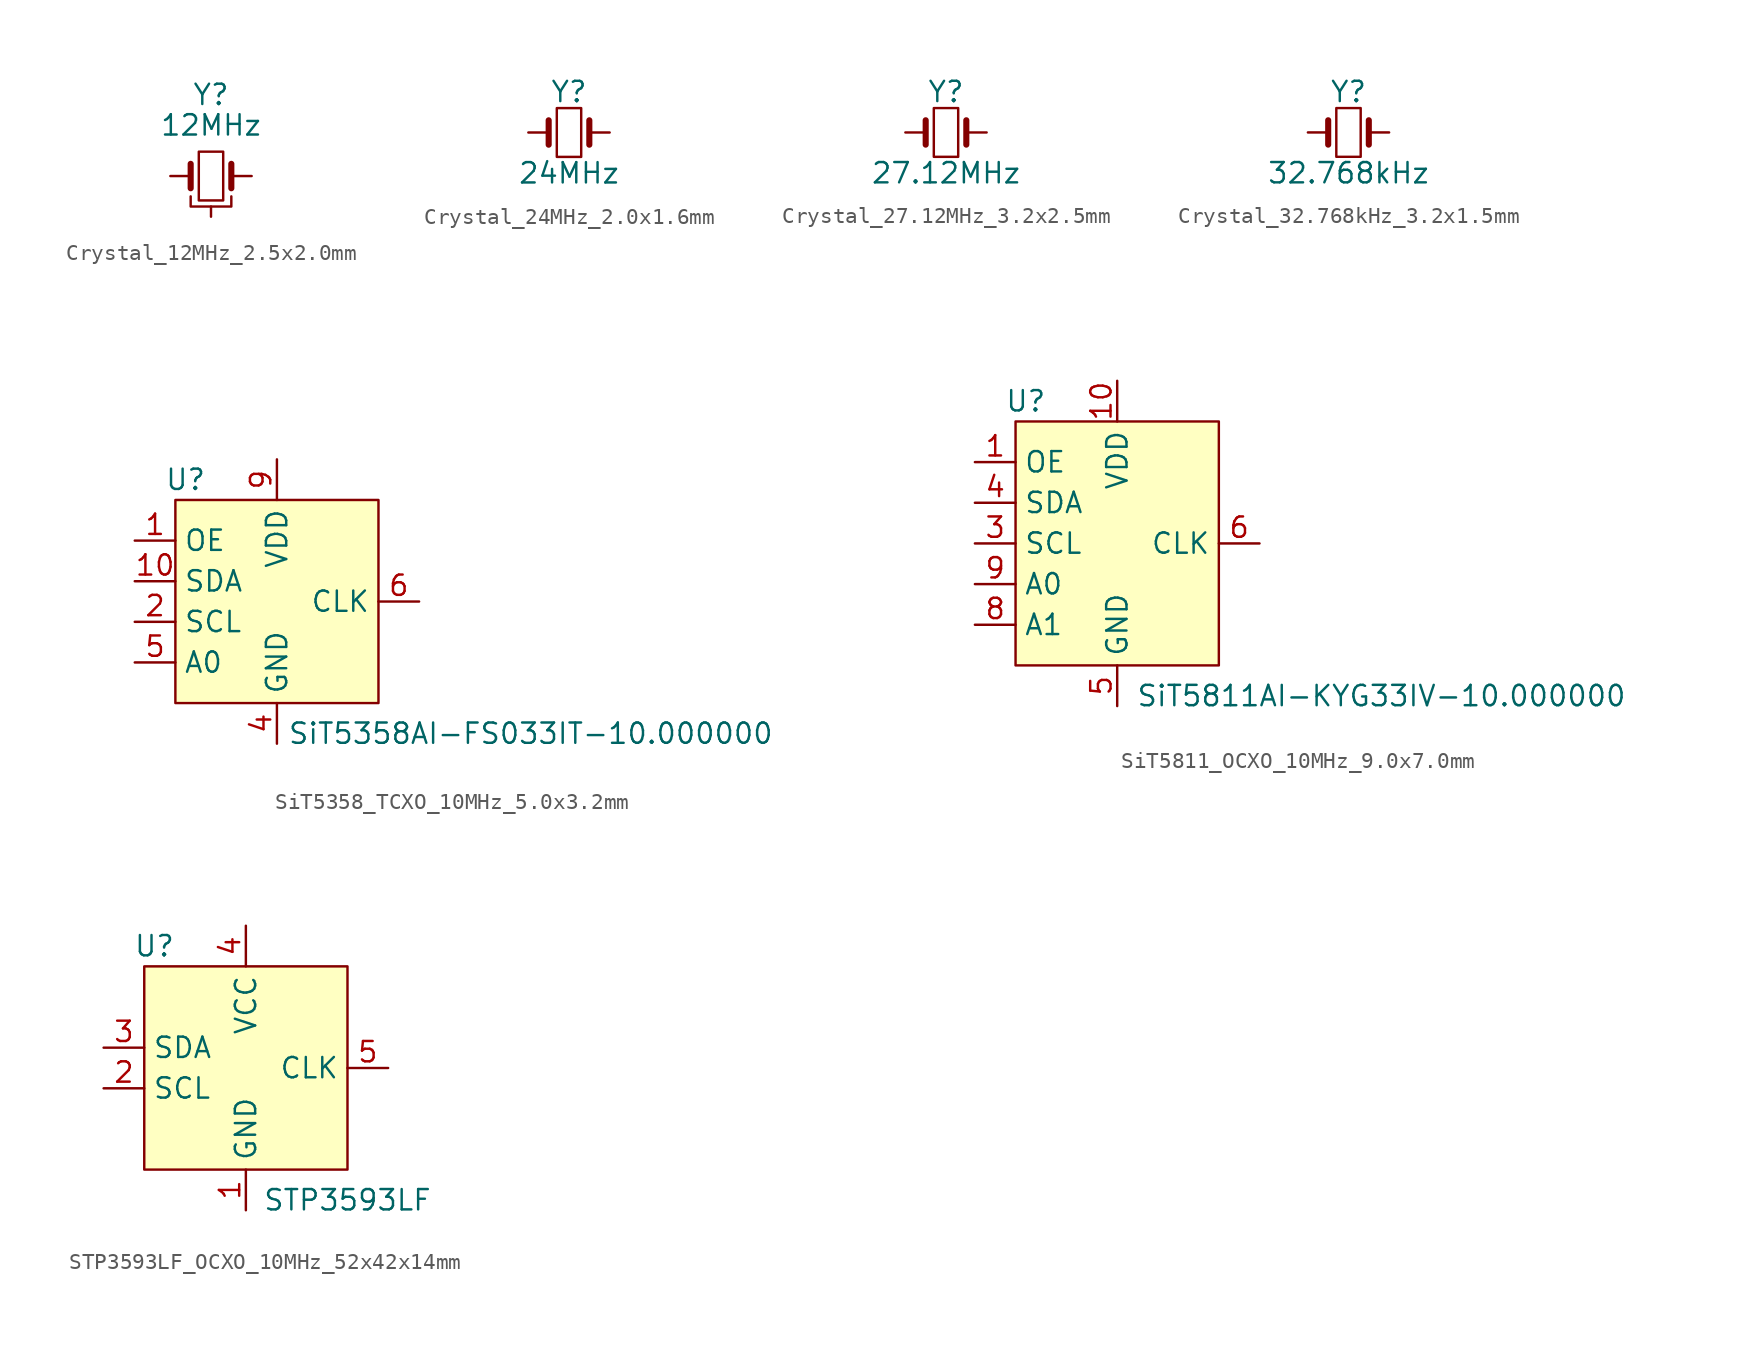
<source format=kicad_sym>
(kicad_symbol_lib
  (version 20231120)
  (generator "kicad_symbol_editor")
  (generator_version "8.0")
  (symbol "Crystal_12MHz_2.5x2.0mm"
    (pin_numbers hide)
    (pin_names
      (offset 1.016) hide)
    (property "Reference" "Y"
      (at 0 5.08 0)
      (effects (font (size 1.27 1.27))))
    (property "Value" "12MHz"
      (at 0 3.175 0)
      (effects (font (size 1.27 1.27))))
    (symbol "Crystal_12MHz_2.5x2.0mm_0_1"
      (rectangle (start -0.762 1.524) (end 0.762 -1.524) (stroke (width 0) (type default)) (fill (type none)))
      (polyline (pts (xy -1.27 -0.762) (xy -1.27 0.762)) (stroke (width 0.381) (type default)) (fill (type none)))
      (polyline (pts (xy 1.27 -0.762) (xy 1.27 0.762)) (stroke (width 0.381) (type default)) (fill (type none)))
      (polyline (pts (xy -1.27 -1.27) (xy -1.27 -1.905) (xy 1.27 -1.905) (xy 1.27 -1.27)) (stroke (width 0) (type default)) (fill (type none))))
    (symbol "Crystal_12MHz_2.5x2.0mm_1_1"
      (pin passive line (at -2.54 0 0) (length 1.27) (name "1" (effects (font (size 1.27 1.27)))) (number "1" (effects (font (size 0.762 0.762)))))
      (pin passive line (at 0 -2.54 90) (length 0.635) (name "2" (effects (font (size 1.27 1.27)))) (number "2" (effects (font (size 0.762 0.762)))))
      (pin passive line (at 2.54 0 180) (length 1.27) (name "3" (effects (font (size 1.27 1.27)))) (number "3" (effects (font (size 0.762 0.762)))))
      (pin passive line (at 0 -2.54 90) (length 0.635) hide (name "4" (effects (font (size 1.27 1.27)))) (number "4" (effects (font (size 0.762 0.762)))))))
  (symbol "Crystal_24MHz_2.0x1.6mm"
    (pin_numbers hide)
    (pin_names
      (offset 1.016) hide)
    (property "Reference" "Y"
      (at 0 2.54 0)
      (effects (font (size 1.27 1.27))))
    (property "Value" "24MHz"
      (at 0 -2.54 0)
      (effects (font (size 1.27 1.27))))
    (symbol "Crystal_24MHz_2.0x1.6mm_0_1"
      (rectangle (start -0.762 -1.524) (end 0.762 1.524) (stroke (width 0) (type default)) (fill (type none)))
      (polyline (pts (xy -1.27 -0.762) (xy -1.27 0.762)) (stroke (width 0.381) (type default)) (fill (type none)))
      (polyline (pts (xy 1.27 -0.762) (xy 1.27 0.762)) (stroke (width 0.381) (type default)) (fill (type none))))
    (symbol "Crystal_24MHz_2.0x1.6mm_1_1"
      (pin passive line (at -2.54 0 0) (length 1.27) (name "1" (effects (font (size 1.27 1.27)))) (number "1" (effects (font (size 1.27 1.27)))))
      (pin passive line (at 2.54 0 180) (length 1.27) (name "2" (effects (font (size 1.27 1.27)))) (number "2" (effects (font (size 1.27 1.27)))))))
  (symbol "Crystal_27.12MHz_3.2x2.5mm"
    (pin_numbers hide)
    (pin_names
      (offset 1.016) hide)
    (property "Reference" "Y"
      (at 0 2.54 0)
      (effects (font (size 1.27 1.27))))
    (property "Value" "27.12MHz"
      (at 0 -2.54 0)
      (effects (font (size 1.27 1.27))))
    (symbol "Crystal_27.12MHz_3.2x2.5mm_0_1"
      (rectangle (start -0.762 -1.524) (end 0.762 1.524) (stroke (width 0) (type default)) (fill (type none)))
      (polyline (pts (xy -1.27 -0.762) (xy -1.27 0.762)) (stroke (width 0.381) (type default)) (fill (type none)))
      (polyline (pts (xy 1.27 -0.762) (xy 1.27 0.762)) (stroke (width 0.381) (type default)) (fill (type none))))
    (symbol "Crystal_27.12MHz_3.2x2.5mm_1_1"
      (pin passive line (at -2.54 0 0) (length 1.27) (name "1" (effects (font (size 1.27 1.27)))) (number "1" (effects (font (size 1.27 1.27)))))
      (pin passive line (at 2.54 0 180) (length 1.27) (name "2" (effects (font (size 1.27 1.27)))) (number "2" (effects (font (size 1.27 1.27)))))))
  (symbol "Crystal_32.768kHz_3.2x1.5mm"
    (pin_numbers hide)
    (pin_names
      (offset 1.016) hide)
    (property "Reference" "Y"
      (at 0 2.54 0)
      (effects (font (size 1.27 1.27))))
    (property "Value" "32.768kHz"
      (at 0 -2.54 0)
      (effects (font (size 1.27 1.27))))
    (symbol "Crystal_32.768kHz_3.2x1.5mm_0_1"
      (rectangle (start -0.762 -1.524) (end 0.762 1.524) (stroke (width 0) (type default)) (fill (type none)))
      (polyline (pts (xy -1.27 -0.762) (xy -1.27 0.762)) (stroke (width 0.381) (type default)) (fill (type none)))
      (polyline (pts (xy 1.27 -0.762) (xy 1.27 0.762)) (stroke (width 0.381) (type default)) (fill (type none))))
    (symbol "Crystal_32.768kHz_3.2x1.5mm_1_1"
      (pin passive line (at -2.54 0 0) (length 1.27) (name "1" (effects (font (size 1.27 1.27)))) (number "1" (effects (font (size 1.27 1.27)))))
      (pin passive line (at 2.54 0 180) (length 1.27) (name "2" (effects (font (size 1.27 1.27)))) (number "2" (effects (font (size 1.27 1.27)))))))
  (symbol "SiT5358_TCXO_10MHz_5.0x3.2mm"
    (property "Reference" "U"
      (at -5.715 7.62 0)
      (effects (font (size 1.27 1.27))))
    (property "Value" "SiT5358AI-FS033IT-10.000000"
      (at 15.875 -8.255 0)
      (effects (font (size 1.27 1.27))))
    (symbol "SiT5358_TCXO_10MHz_5.0x3.2mm_1_1"
      (rectangle (start -6.35 6.35) (end 6.35 -6.35) (stroke (width 0) (type default)) (fill (type background)))
      (pin input line (at -8.89 3.81 0) (length 2.54) (name "OE" (effects (font (size 1.27 1.27)))) (number "1" (effects (font (size 1.27 1.27)))))
      (pin bidirectional line (at -8.89 1.27 0) (length 2.54) (name "SDA" (effects (font (size 1.27 1.27)))) (number "10" (effects (font (size 1.27 1.27)))))
      (pin bidirectional line (at -8.89 -1.27 0) (length 2.54) (name "SCL" (effects (font (size 1.27 1.27)))) (number "2" (effects (font (size 1.27 1.27)))))
      (pin no_connect line (at -8.255 8.89 0) (length 2.54) hide (name "NC" (effects (font (size 1.27 1.27)))) (number "3" (effects (font (size 1.27 1.27)))))
      (pin power_in line (at 0 -8.89 90) (length 2.54) (name "GND" (effects (font (size 1.27 1.27)))) (number "4" (effects (font (size 1.27 1.27)))))
      (pin input line (at -8.89 -3.81 0) (length 2.54) (name "A0" (effects (font (size 1.27 1.27)))) (number "5" (effects (font (size 1.27 1.27)))))
      (pin output line (at 8.89 0 180) (length 2.54) (name "CLK" (effects (font (size 1.27 1.27)))) (number "6" (effects (font (size 1.27 1.27)))))
      (pin no_connect line (at -8.255 11.43 0) (length 2.54) hide (name "NC" (effects (font (size 1.27 1.27)))) (number "7" (effects (font (size 1.27 1.27)))))
      (pin no_connect line (at -8.255 13.97 0) (length 2.54) hide (name "NC" (effects (font (size 1.27 1.27)))) (number "8" (effects (font (size 1.27 1.27)))))
      (pin power_in line (at 0 8.89 270) (length 2.54) (name "VDD" (effects (font (size 1.27 1.27)))) (number "9" (effects (font (size 1.27 1.27)))))))
  (symbol "SiT5811_OCXO_10MHz_9.0x7.0mm"
    (property "Reference" "U"
      (at -5.715 8.89 0)
      (effects (font (size 1.27 1.27))))
    (property "Value" "SiT5811AI-KYG33IV-10.000000"
      (at 16.51 -9.525 0)
      (effects (font (size 1.27 1.27))))
    (symbol "SiT5811_OCXO_10MHz_9.0x7.0mm_1_0"
      (pin power_in line (at 0 -10.16 90) (length 2.54) hide (name "GND" (effects (font (size 1.27 1.27)))) (number "11" (effects (font (size 1.27 1.27))))))
    (symbol "SiT5811_OCXO_10MHz_9.0x7.0mm_1_1"
      (rectangle (start -6.35 7.62) (end 6.35 -7.62) (stroke (width 0) (type default)) (fill (type background)))
      (pin input line (at -8.89 5.08 0) (length 2.54) (name "OE" (effects (font (size 1.27 1.27)))) (number "1" (effects (font (size 1.27 1.27)))))
      (pin power_in line (at 0 10.16 270) (length 2.54) (name "VDD" (effects (font (size 1.27 1.27)))) (number "10" (effects (font (size 1.27 1.27)))))
      (pin no_connect non_logic (at 8.89 3.81 180) (length 2.54) hide (name "NC" (effects (font (size 1.27 1.27)))) (number "2" (effects (font (size 1.27 1.27)))))
      (pin bidirectional line (at -8.89 0 0) (length 2.54) (name "SCL" (effects (font (size 1.27 1.27)))) (number "3" (effects (font (size 1.27 1.27)))))
      (pin bidirectional line (at -8.89 2.54 0) (length 2.54) (name "SDA" (effects (font (size 1.27 1.27)))) (number "4" (effects (font (size 1.27 1.27)))))
      (pin power_in line (at 0 -10.16 90) (length 2.54) (name "GND" (effects (font (size 1.27 1.27)))) (number "5" (effects (font (size 1.27 1.27)))))
      (pin output line (at 8.89 0 180) (length 2.54) (name "CLK" (effects (font (size 1.27 1.27)))) (number "6" (effects (font (size 1.27 1.27)))))
      (pin no_connect line (at 8.89 -3.81 180) (length 2.54) hide (name "NC" (effects (font (size 1.27 1.27)))) (number "7" (effects (font (size 1.27 1.27)))))
      (pin input line (at -8.89 -5.08 0) (length 2.54) (name "A1" (effects (font (size 1.27 1.27)))) (number "8" (effects (font (size 1.27 1.27)))))
      (pin input line (at -8.89 -2.54 0) (length 2.54) (name "A0" (effects (font (size 1.27 1.27)))) (number "9" (effects (font (size 1.27 1.27)))))))
  (symbol "STP3593LF_OCXO_10MHz_52x42x14mm"
    (property "Reference" "U"
      (at -5.715 7.62 0)
      (effects (font (size 1.27 1.27))))
    (property "Value" "STP3593LF"
      (at 6.35 -8.255 0)
      (effects (font (size 1.27 1.27))))
    (symbol "STP3593LF_OCXO_10MHz_52x42x14mm_1_1"
      (rectangle (start -6.35 6.35) (end 6.35 -6.35) (stroke (width 0) (type default)) (fill (type background)))
      (pin power_in line (at 0 -8.89 90) (length 2.54) (name "GND" (effects (font (size 1.27 1.27)))) (number "1" (effects (font (size 1.27 1.27)))))
      (pin bidirectional line (at -8.89 -1.27 0) (length 2.54) (name "SCL" (effects (font (size 1.27 1.27)))) (number "2" (effects (font (size 1.27 1.27)))))
      (pin bidirectional line (at -8.89 1.27 0) (length 2.54) (name "SDA" (effects (font (size 1.27 1.27)))) (number "3" (effects (font (size 1.27 1.27)))))
      (pin power_in line (at 0 8.89 270) (length 2.54) (name "VCC" (effects (font (size 1.27 1.27)))) (number "4" (effects (font (size 1.27 1.27)))))
      (pin output line (at 8.89 0 180) (length 2.54) (name "CLK" (effects (font (size 1.27 1.27)))) (number "5" (effects (font (size 1.27 1.27))))))))
</source>
